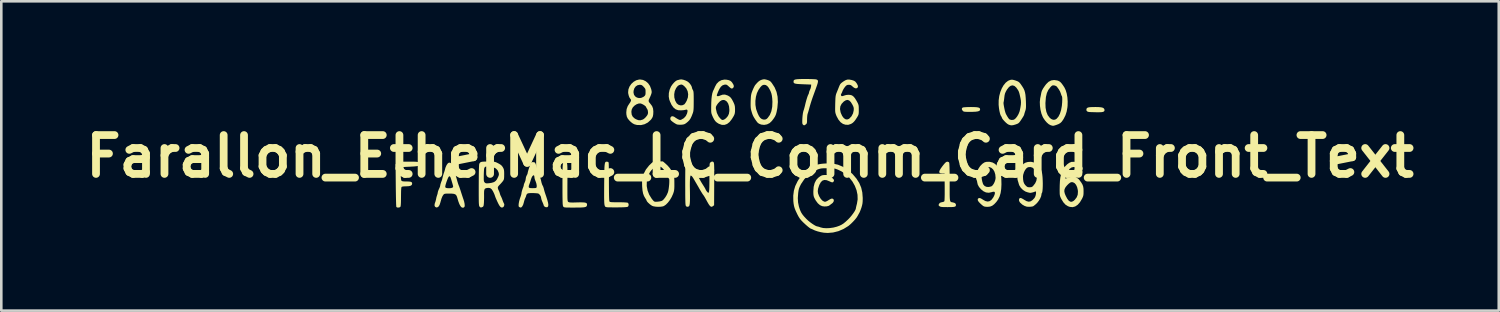
<source format=kicad_pcb>
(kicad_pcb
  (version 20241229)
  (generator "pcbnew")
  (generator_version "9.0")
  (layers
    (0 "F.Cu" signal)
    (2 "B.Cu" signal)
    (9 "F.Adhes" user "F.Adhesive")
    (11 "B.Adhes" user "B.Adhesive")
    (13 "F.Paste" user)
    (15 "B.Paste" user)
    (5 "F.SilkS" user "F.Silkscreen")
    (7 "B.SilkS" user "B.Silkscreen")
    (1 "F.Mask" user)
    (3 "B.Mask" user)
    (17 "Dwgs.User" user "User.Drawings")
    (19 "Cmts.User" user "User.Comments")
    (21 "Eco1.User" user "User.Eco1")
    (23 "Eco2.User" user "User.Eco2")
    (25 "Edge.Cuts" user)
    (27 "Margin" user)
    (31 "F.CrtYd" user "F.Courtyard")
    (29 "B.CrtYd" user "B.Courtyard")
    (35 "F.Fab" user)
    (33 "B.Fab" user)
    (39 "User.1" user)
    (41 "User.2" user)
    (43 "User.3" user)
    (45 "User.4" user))
  (footprint "Farallon_EtherMac_LC_Comm_Card_Front_Text"
    (layer "F.Cu")
    (at 25.907 2.986)
    (property "Reference" "Farallon_EtherMac_LC_Comm_Card_Front_Text" (at 0 0 0) (layer "F.SilkS") (effects (font (size 1.5 1.5) (thickness 0.3))))
    (attr board_only exclude_from_pos_files exclude_from_bom)
    (fp_poly (pts (xy 13.469 -1.901) (xy 13.559 -1.892) (xy 13.621 -1.876) (xy 13.66 -1.851) (xy 13.681 -1.816) (xy 13.684 -1.802) (xy 13.685 -1.763) (xy 13.667 -1.735) (xy 13.627 -1.716) (xy 13.56 -1.705) (xy 13.463 -1.702) (xy 13.377 -1.702) (xy 13.281 -1.705) (xy 13.193 -1.707) (xy 13.122 -1.71) (xy 13.08 -1.713) (xy 13.021 -1.731) (xy 12.988 -1.77) (xy 12.988 -1.823) (xy 12.994 -1.841) (xy 13.01 -1.864) (xy 13.038 -1.881) (xy 13.082 -1.893) (xy 13.148 -1.9) (xy 13.242 -1.903) (xy 13.347 -1.904)) (stroke (width 0) (type solid)) (fill yes) (layer "F.SilkS"))
    (fp_poly (pts (xy 8.651 -1.902) (xy 8.746 -1.897) (xy 8.812 -1.886) (xy 8.854 -1.87) (xy 8.876 -1.846) (xy 8.883 -1.813) (xy 8.883 -1.81) (xy 8.874 -1.776) (xy 8.844 -1.751) (xy 8.79 -1.734) (xy 8.707 -1.723) (xy 8.594 -1.718) (xy 8.512 -1.717) (xy 8.408 -1.717) (xy 8.334 -1.719) (xy 8.284 -1.723) (xy 8.252 -1.73) (xy 8.23 -1.741) (xy 8.213 -1.757) (xy 8.212 -1.758) (xy 8.18 -1.809) (xy 8.18 -1.853) (xy 8.21 -1.884) (xy 8.242 -1.891) (xy 8.303 -1.897) (xy 8.387 -1.901) (xy 8.487 -1.903) (xy 8.523 -1.904)) (stroke (width 0) (type solid)) (fill yes) (layer "F.SilkS"))
    (fp_poly (pts (xy 3.157 0.816) (xy 3.207 0.867) (xy 3.234 0.901) (xy 3.242 0.926) (xy 3.236 0.951) (xy 3.233 0.96) (xy 3.211 0.993) (xy 3.181 1.005) (xy 3.135 0.995) (xy 3.066 0.964) (xy 3.064 0.963) (xy 2.96 0.921) (xy 2.873 0.912) (xy 2.799 0.935) (xy 2.737 0.993) (xy 2.683 1.086) (xy 2.662 1.139) (xy 2.627 1.25) (xy 2.615 1.342) (xy 2.626 1.429) (xy 2.661 1.522) (xy 2.674 1.549) (xy 2.731 1.642) (xy 2.795 1.71) (xy 2.861 1.748) (xy 2.9 1.754) (xy 2.936 1.744) (xy 2.989 1.718) (xy 3.039 1.687) (xy 3.109 1.646) (xy 3.159 1.63) (xy 3.181 1.631) (xy 3.222 1.656) (xy 3.236 1.698) (xy 3.226 1.748) (xy 3.192 1.797) (xy 3.16 1.823) (xy 3.118 1.853) (xy 3.089 1.877) (xy 3.089 1.878) (xy 3.037 1.912) (xy 2.96 1.931) (xy 2.87 1.935) (xy 2.785 1.923) (xy 2.7 1.884) (xy 2.617 1.812) (xy 2.539 1.707) (xy 2.5 1.638) (xy 2.474 1.584) (xy 2.458 1.537) (xy 2.449 1.486) (xy 2.445 1.418) (xy 2.445 1.349) (xy 2.457 1.176) (xy 2.495 1.03) (xy 2.556 0.912) (xy 2.63 0.831) (xy 2.698 0.778) (xy 2.752 0.745) (xy 2.807 0.727) (xy 2.875 0.721) (xy 2.925 0.72) (xy 3.06 0.719)) (stroke (width 0) (type solid)) (fill yes) (layer "F.SilkS"))
    (fp_poly (pts (xy 7.668 0.219) (xy 7.688 0.241) (xy 7.694 0.271) (xy 7.698 0.336) (xy 7.702 0.436) (xy 7.705 0.569) (xy 7.707 0.733) (xy 7.708 0.928) (xy 7.708 1.006) (xy 7.708 1.193) (xy 7.708 1.346) (xy 7.708 1.469) (xy 7.71 1.565) (xy 7.714 1.638) (xy 7.72 1.69) (xy 7.73 1.726) (xy 7.743 1.749) (xy 7.76 1.763) (xy 7.782 1.77) (xy 7.809 1.775) (xy 7.837 1.78) (xy 7.905 1.801) (xy 7.942 1.836) (xy 7.95 1.874) (xy 7.947 1.905) (xy 7.935 1.928) (xy 7.908 1.943) (xy 7.861 1.953) (xy 7.789 1.958) (xy 7.688 1.959) (xy 7.631 1.96) (xy 7.523 1.959) (xy 7.445 1.957) (xy 7.391 1.953) (xy 7.355 1.946) (xy 7.33 1.935) (xy 7.313 1.923) (xy 7.284 1.896) (xy 7.281 1.871) (xy 7.298 1.835) (xy 7.327 1.797) (xy 7.372 1.778) (xy 7.407 1.771) (xy 7.46 1.759) (xy 7.497 1.741) (xy 7.503 1.734) (xy 7.508 1.709) (xy 7.511 1.652) (xy 7.514 1.567) (xy 7.516 1.461) (xy 7.516 1.337) (xy 7.516 1.201) (xy 7.516 1.185) (xy 7.512 0.663) (xy 7.421 0.663) (xy 7.356 0.656) (xy 7.317 0.636) (xy 7.304 0.601) (xy 7.319 0.547) (xy 7.36 0.474) (xy 7.429 0.379) (xy 7.474 0.322) (xy 7.527 0.26) (xy 7.568 0.223) (xy 7.602 0.208) (xy 7.618 0.206)) (stroke (width 0) (type solid)) (fill yes) (layer "F.SilkS"))
    (fp_poly (pts (xy -5.477 0.217) (xy -5.46 0.238) (xy -5.457 0.263) (xy -5.454 0.321) (xy -5.452 0.409) (xy -5.45 0.52) (xy -5.449 0.652) (xy -5.448 0.8) (xy -5.448 0.96) (xy -5.448 0.987) (xy -5.447 1.176) (xy -5.446 1.343) (xy -5.444 1.483) (xy -5.441 1.596) (xy -5.437 1.678) (xy -5.432 1.726) (xy -5.429 1.738) (xy -5.42 1.751) (xy -5.403 1.76) (xy -5.374 1.766) (xy -5.327 1.77) (xy -5.257 1.772) (xy -5.158 1.773) (xy -5.084 1.773) (xy -4.966 1.774) (xy -4.865 1.777) (xy -4.786 1.782) (xy -4.735 1.788) (xy -4.72 1.792) (xy -4.693 1.826) (xy -4.685 1.874) (xy -4.698 1.922) (xy -4.714 1.942) (xy -4.736 1.952) (xy -4.781 1.959) (xy -4.852 1.964) (xy -4.952 1.968) (xy -5.085 1.97) (xy -5.101 1.97) (xy -5.217 1.971) (xy -5.324 1.97) (xy -5.415 1.969) (xy -5.483 1.968) (xy -5.52 1.965) (xy -5.547 1.961) (xy -5.57 1.955) (xy -5.588 1.944) (xy -5.603 1.923) (xy -5.614 1.892) (xy -5.623 1.845) (xy -5.628 1.779) (xy -5.631 1.693) (xy -5.633 1.581) (xy -5.633 1.442) (xy -5.632 1.272) (xy -5.631 1.081) (xy -5.629 0.877) (xy -5.627 0.708) (xy -5.625 0.57) (xy -5.622 0.46) (xy -5.617 0.375) (xy -5.61 0.311) (xy -5.602 0.265) (xy -5.591 0.235) (xy -5.577 0.217) (xy -5.559 0.209) (xy -5.538 0.206) (xy -5.522 0.205)) (stroke (width 0) (type solid)) (fill yes) (layer "F.SilkS"))
    (fp_poly (pts (xy -13.072 0.206) (xy -12.975 0.206) (xy -12.905 0.209) (xy -12.857 0.213) (xy -12.824 0.219) (xy -12.803 0.227) (xy -12.788 0.239) (xy -12.784 0.243) (xy -12.756 0.279) (xy -12.747 0.308) (xy -12.754 0.334) (xy -12.777 0.355) (xy -12.821 0.371) (xy -12.89 0.383) (xy -12.988 0.392) (xy -13.118 0.399) (xy -13.137 0.4) (xy -13.254 0.405) (xy -13.34 0.41) (xy -13.398 0.417) (xy -13.436 0.425) (xy -13.458 0.435) (xy -13.466 0.443) (xy -13.477 0.477) (xy -13.484 0.538) (xy -13.487 0.618) (xy -13.487 0.705) (xy -13.483 0.79) (xy -13.476 0.865) (xy -13.467 0.919) (xy -13.458 0.94) (xy -13.437 0.955) (xy -13.401 0.965) (xy -13.341 0.969) (xy -13.261 0.97) (xy -13.167 0.973) (xy -13.104 0.981) (xy -13.067 0.997) (xy -13.049 1.023) (xy -13.045 1.057) (xy -13.058 1.102) (xy -13.097 1.133) (xy -13.166 1.151) (xy -13.267 1.157) (xy -13.279 1.157) (xy -13.363 1.16) (xy -13.424 1.168) (xy -13.452 1.179) (xy -13.461 1.203) (xy -13.467 1.253) (xy -13.472 1.334) (xy -13.474 1.448) (xy -13.475 1.554) (xy -13.476 1.678) (xy -13.478 1.785) (xy -13.483 1.868) (xy -13.489 1.923) (xy -13.494 1.942) (xy -13.524 1.967) (xy -13.572 1.978) (xy -13.621 1.975) (xy -13.654 1.956) (xy -13.655 1.955) (xy -13.658 1.932) (xy -13.662 1.875) (xy -13.665 1.79) (xy -13.668 1.678) (xy -13.671 1.545) (xy -13.673 1.394) (xy -13.676 1.23) (xy -13.677 1.12) (xy -13.684 0.308) (xy -13.633 0.256) (xy -13.581 0.205) (xy -13.201 0.205)) (stroke (width 0) (type solid)) (fill yes) (layer "F.SilkS"))
    (fp_poly (pts (xy -7.117 0.206) (xy -7.098 0.21) (xy -7.083 0.222) (xy -7.071 0.243) (xy -7.063 0.278) (xy -7.056 0.33) (xy -7.052 0.402) (xy -7.05 0.498) (xy -7.049 0.62) (xy -7.049 0.772) (xy -7.05 0.958) (xy -7.05 1) (xy -7.051 1.185) (xy -7.051 1.336) (xy -7.051 1.457) (xy -7.05 1.551) (xy -7.049 1.622) (xy -7.046 1.674) (xy -7.042 1.709) (xy -7.037 1.733) (xy -7.03 1.747) (xy -7.022 1.756) (xy -7.015 1.761) (xy -6.992 1.772) (xy -6.957 1.779) (xy -6.903 1.782) (xy -6.825 1.783) (xy -6.717 1.78) (xy -6.687 1.779) (xy -6.552 1.776) (xy -6.451 1.778) (xy -6.379 1.784) (xy -6.331 1.797) (xy -6.304 1.817) (xy -6.293 1.845) (xy -6.293 1.873) (xy -6.299 1.905) (xy -6.312 1.93) (xy -6.337 1.948) (xy -6.377 1.961) (xy -6.438 1.97) (xy -6.523 1.975) (xy -6.637 1.977) (xy -6.783 1.978) (xy -6.788 1.978) (xy -6.919 1.978) (xy -7.017 1.977) (xy -7.089 1.976) (xy -7.138 1.972) (xy -7.171 1.967) (xy -7.191 1.959) (xy -7.203 1.948) (xy -7.212 1.937) (xy -7.219 1.923) (xy -7.225 1.9) (xy -7.23 1.866) (xy -7.234 1.818) (xy -7.236 1.751) (xy -7.238 1.662) (xy -7.24 1.549) (xy -7.241 1.407) (xy -7.241 1.233) (xy -7.241 1.092) (xy -7.241 0.887) (xy -7.241 0.717) (xy -7.239 0.577) (xy -7.237 0.466) (xy -7.233 0.379) (xy -7.227 0.314) (xy -7.219 0.268) (xy -7.208 0.237) (xy -7.195 0.218) (xy -7.178 0.209) (xy -7.157 0.206) (xy -7.14 0.205)) (stroke (width 0) (type solid)) (fill yes) (layer "F.SilkS"))
    (fp_poly (pts (xy 2.258 -2.985) (xy 2.365 -2.983) (xy 2.456 -2.979) (xy 2.523 -2.975) (xy 2.561 -2.969) (xy 2.563 -2.968) (xy 2.594 -2.954) (xy 2.614 -2.936) (xy 2.623 -2.909) (xy 2.621 -2.868) (xy 2.607 -2.808) (xy 2.58 -2.725) (xy 2.541 -2.615) (xy 2.52 -2.557) (xy 2.473 -2.427) (xy 2.436 -2.326) (xy 2.408 -2.248) (xy 2.387 -2.185) (xy 2.369 -2.131) (xy 2.353 -2.081) (xy 2.35 -2.072) (xy 2.324 -1.986) (xy 2.296 -1.888) (xy 2.278 -1.82) (xy 2.257 -1.746) (xy 2.237 -1.68) (xy 2.222 -1.636) (xy 2.213 -1.593) (xy 2.206 -1.525) (xy 2.202 -1.446) (xy 2.202 -1.428) (xy 2.201 -1.35) (xy 2.197 -1.301) (xy 2.188 -1.27) (xy 2.17 -1.247) (xy 2.153 -1.233) (xy 2.11 -1.203) (xy 2.081 -1.198) (xy 2.053 -1.216) (xy 2.042 -1.226) (xy 2.028 -1.245) (xy 2.02 -1.272) (xy 2.017 -1.314) (xy 2.017 -1.38) (xy 2.021 -1.466) (xy 2.029 -1.568) (xy 2.041 -1.66) (xy 2.056 -1.731) (xy 2.063 -1.756) (xy 2.085 -1.822) (xy 2.107 -1.903) (xy 2.119 -1.95) (xy 2.146 -2.065) (xy 2.175 -2.172) (xy 2.204 -2.266) (xy 2.229 -2.339) (xy 2.249 -2.383) (xy 2.25 -2.384) (xy 2.271 -2.43) (xy 2.277 -2.462) (xy 2.286 -2.502) (xy 2.308 -2.554) (xy 2.315 -2.568) (xy 2.341 -2.63) (xy 2.356 -2.695) (xy 2.357 -2.703) (xy 2.361 -2.771) (xy 2.048 -2.783) (xy 1.921 -2.789) (xy 1.827 -2.795) (xy 1.761 -2.804) (xy 1.718 -2.817) (xy 1.693 -2.834) (xy 1.682 -2.858) (xy 1.68 -2.885) (xy 1.683 -2.916) (xy 1.696 -2.941) (xy 1.723 -2.959) (xy 1.767 -2.971) (xy 1.834 -2.979) (xy 1.927 -2.984) (xy 2.051 -2.986) (xy 2.14 -2.986)) (stroke (width 0) (type solid)) (fill yes) (layer "F.SilkS"))
    (fp_poly (pts (xy 11.863 -2.929) (xy 11.891 -2.92) (xy 11.94 -2.898) (xy 11.986 -2.863) (xy 12.035 -2.809) (xy 12.09 -2.732) (xy 12.137 -2.661) (xy 12.187 -2.556) (xy 12.227 -2.424) (xy 12.253 -2.274) (xy 12.264 -2.115) (xy 12.26 -1.956) (xy 12.253 -1.885) (xy 12.224 -1.725) (xy 12.179 -1.587) (xy 12.114 -1.457) (xy 12.085 -1.409) (xy 12.032 -1.335) (xy 11.978 -1.284) (xy 11.91 -1.245) (xy 11.819 -1.21) (xy 11.754 -1.19) (xy 11.71 -1.18) (xy 11.673 -1.182) (xy 11.628 -1.195) (xy 11.596 -1.206) (xy 11.53 -1.243) (xy 11.458 -1.306) (xy 11.387 -1.388) (xy 11.325 -1.479) (xy 11.299 -1.527) (xy 11.25 -1.65) (xy 11.215 -1.795) (xy 11.194 -1.948) (xy 11.19 -2.059) (xy 11.405 -2.059) (xy 11.411 -1.874) (xy 11.441 -1.718) (xy 11.493 -1.59) (xy 11.57 -1.489) (xy 11.628 -1.441) (xy 11.702 -1.411) (xy 11.776 -1.416) (xy 11.839 -1.453) (xy 11.908 -1.534) (xy 11.965 -1.647) (xy 12.009 -1.786) (xy 12.039 -1.946) (xy 12.051 -2.082) (xy 12.055 -2.189) (xy 12.053 -2.267) (xy 12.046 -2.311) (xy 12.042 -2.318) (xy 12.025 -2.35) (xy 12.007 -2.402) (xy 12 -2.425) (xy 11.97 -2.504) (xy 11.917 -2.594) (xy 11.843 -2.694) (xy 11.808 -2.718) (xy 11.755 -2.736) (xy 11.743 -2.738) (xy 11.696 -2.741) (xy 11.662 -2.731) (xy 11.626 -2.701) (xy 11.602 -2.676) (xy 11.517 -2.565) (xy 11.46 -2.443) (xy 11.426 -2.3) (xy 11.422 -2.273) (xy 11.405 -2.059) (xy 11.19 -2.059) (xy 11.188 -2.097) (xy 11.201 -2.228) (xy 11.203 -2.243) (xy 11.22 -2.322) (xy 11.235 -2.399) (xy 11.245 -2.454) (xy 11.267 -2.53) (xy 11.313 -2.618) (xy 11.385 -2.724) (xy 11.435 -2.789) (xy 11.525 -2.877) (xy 11.627 -2.93) (xy 11.74 -2.947)) (stroke (width 0) (type solid)) (fill yes) (layer "F.SilkS"))
    (fp_poly (pts (xy 0.611 -2.966) (xy 0.663 -2.952) (xy 0.732 -2.927) (xy 0.782 -2.897) (xy 0.826 -2.849) (xy 0.844 -2.826) (xy 0.95 -2.662) (xy 1.023 -2.488) (xy 1.064 -2.301) (xy 1.075 -2.098) (xy 1.056 -1.876) (xy 1.048 -1.826) (xy 1.026 -1.713) (xy 1.003 -1.626) (xy 0.971 -1.551) (xy 0.927 -1.478) (xy 0.864 -1.393) (xy 0.842 -1.365) (xy 0.758 -1.285) (xy 0.656 -1.234) (xy 0.546 -1.214) (xy 0.435 -1.226) (xy 0.401 -1.238) (xy 0.351 -1.259) (xy 0.312 -1.284) (xy 0.277 -1.318) (xy 0.238 -1.371) (xy 0.193 -1.437) (xy 0.151 -1.504) (xy 0.119 -1.562) (xy 0.093 -1.623) (xy 0.069 -1.696) (xy 0.041 -1.794) (xy 0.035 -1.82) (xy 0.027 -1.874) (xy 0.023 -1.958) (xy 0.023 -2.066) (xy 0.025 -2.141) (xy 0.207 -2.141) (xy 0.209 -1.983) (xy 0.234 -1.833) (xy 0.245 -1.796) (xy 0.295 -1.658) (xy 0.345 -1.554) (xy 0.398 -1.482) (xy 0.457 -1.438) (xy 0.524 -1.419) (xy 0.546 -1.418) (xy 0.601 -1.424) (xy 0.644 -1.447) (xy 0.682 -1.483) (xy 0.766 -1.599) (xy 0.824 -1.742) (xy 0.857 -1.911) (xy 0.865 -2.106) (xy 0.857 -2.239) (xy 0.844 -2.341) (xy 0.826 -2.423) (xy 0.798 -2.501) (xy 0.776 -2.549) (xy 0.72 -2.649) (xy 0.666 -2.715) (xy 0.608 -2.752) (xy 0.547 -2.762) (xy 0.499 -2.754) (xy 0.452 -2.726) (xy 0.402 -2.673) (xy 0.344 -2.592) (xy 0.327 -2.566) (xy 0.267 -2.443) (xy 0.227 -2.298) (xy 0.207 -2.141) (xy 0.025 -2.141) (xy 0.025 -2.146) (xy 0.03 -2.252) (xy 0.036 -2.33) (xy 0.046 -2.391) (xy 0.06 -2.446) (xy 0.081 -2.504) (xy 0.101 -2.555) (xy 0.134 -2.63) (xy 0.166 -2.695) (xy 0.192 -2.741) (xy 0.199 -2.751) (xy 0.272 -2.835) (xy 0.333 -2.893) (xy 0.389 -2.931) (xy 0.447 -2.955) (xy 0.457 -2.959) (xy 0.514 -2.973) (xy 0.56 -2.975)) (stroke (width 0) (type solid)) (fill yes) (layer "F.SilkS"))
    (fp_poly (pts (xy 9.369 0.24) (xy 9.446 0.284) (xy 9.534 0.359) (xy 9.601 0.442) (xy 9.648 0.54) (xy 9.68 0.66) (xy 9.698 0.807) (xy 9.702 0.868) (xy 9.707 1.081) (xy 9.698 1.264) (xy 9.674 1.42) (xy 9.634 1.553) (xy 9.576 1.669) (xy 9.509 1.762) (xy 9.426 1.85) (xy 9.349 1.908) (xy 9.268 1.94) (xy 9.174 1.95) (xy 9.094 1.946) (xy 9.048 1.938) (xy 9.006 1.919) (xy 8.959 1.883) (xy 8.902 1.832) (xy 8.84 1.769) (xy 8.805 1.722) (xy 8.791 1.684) (xy 8.79 1.675) (xy 8.8 1.633) (xy 8.835 1.613) (xy 8.838 1.612) (xy 8.874 1.611) (xy 8.918 1.627) (xy 8.979 1.664) (xy 8.991 1.673) (xy 9.089 1.727) (xy 9.176 1.746) (xy 9.253 1.73) (xy 9.324 1.677) (xy 9.39 1.588) (xy 9.397 1.577) (xy 9.427 1.516) (xy 9.449 1.456) (xy 9.452 1.442) (xy 9.453 1.391) (xy 9.428 1.367) (xy 9.377 1.368) (xy 9.334 1.381) (xy 9.219 1.406) (xy 9.11 1.394) (xy 9.01 1.347) (xy 9.009 1.346) (xy 8.915 1.269) (xy 8.841 1.182) (xy 8.792 1.092) (xy 8.772 1.007) (xy 8.771 0.999) (xy 8.763 0.953) (xy 8.743 0.901) (xy 8.743 0.9) (xy 8.728 0.862) (xy 8.723 0.818) (xy 8.726 0.791) (xy 8.94 0.791) (xy 8.947 0.874) (xy 8.965 0.966) (xy 8.99 1.05) (xy 9.01 1.093) (xy 9.061 1.148) (xy 9.134 1.179) (xy 9.222 1.183) (xy 9.317 1.16) (xy 9.36 1.127) (xy 9.404 1.067) (xy 9.442 0.992) (xy 9.469 0.911) (xy 9.481 0.836) (xy 9.481 0.83) (xy 9.469 0.701) (xy 9.436 0.591) (xy 9.384 0.504) (xy 9.316 0.443) (xy 9.234 0.413) (xy 9.2 0.411) (xy 9.131 0.428) (xy 9.066 0.476) (xy 9.01 0.547) (xy 8.968 0.635) (xy 8.944 0.733) (xy 8.94 0.791) (xy 8.726 0.791) (xy 8.728 0.758) (xy 8.735 0.716) (xy 8.766 0.594) (xy 8.817 0.48) (xy 8.884 0.378) (xy 8.962 0.295) (xy 9.046 0.237) (xy 9.119 0.213) (xy 9.25 0.21)) (stroke (width 0) (type solid)) (fill yes) (layer "F.SilkS"))
    (fp_poly (pts (xy 12.627 0.236) (xy 12.719 0.284) (xy 12.752 0.313) (xy 12.814 0.387) (xy 12.842 0.449) (xy 12.839 0.501) (xy 12.828 0.52) (xy 12.791 0.553) (xy 12.745 0.553) (xy 12.688 0.52) (xy 12.649 0.485) (xy 12.598 0.44) (xy 12.556 0.418) (xy 12.508 0.411) (xy 12.496 0.411) (xy 12.414 0.429) (xy 12.342 0.482) (xy 12.281 0.571) (xy 12.268 0.597) (xy 12.221 0.699) (xy 12.19 0.771) (xy 12.173 0.818) (xy 12.169 0.845) (xy 12.176 0.855) (xy 12.195 0.854) (xy 12.21 0.849) (xy 12.31 0.818) (xy 12.382 0.799) (xy 12.436 0.789) (xy 12.48 0.789) (xy 12.523 0.797) (xy 12.563 0.809) (xy 12.633 0.838) (xy 12.686 0.878) (xy 12.731 0.932) (xy 12.795 1.021) (xy 12.838 1.097) (xy 12.863 1.17) (xy 12.875 1.252) (xy 12.877 1.347) (xy 12.876 1.433) (xy 12.871 1.495) (xy 12.858 1.546) (xy 12.836 1.6) (xy 12.818 1.637) (xy 12.737 1.773) (xy 12.649 1.872) (xy 12.554 1.935) (xy 12.453 1.962) (xy 12.346 1.951) (xy 12.271 1.924) (xy 12.18 1.866) (xy 12.099 1.777) (xy 12.023 1.655) (xy 12.017 1.643) (xy 11.99 1.588) (xy 11.972 1.542) (xy 11.961 1.495) (xy 11.956 1.437) (xy 11.955 1.363) (xy 12.135 1.363) (xy 12.155 1.445) (xy 12.189 1.526) (xy 12.248 1.637) (xy 12.305 1.712) (xy 12.364 1.75) (xy 12.424 1.754) (xy 12.488 1.723) (xy 12.54 1.676) (xy 12.611 1.584) (xy 12.651 1.483) (xy 12.66 1.368) (xy 12.655 1.302) (xy 12.629 1.19) (xy 12.587 1.1) (xy 12.532 1.035) (xy 12.466 1) (xy 12.399 0.997) (xy 12.355 1.018) (xy 12.3 1.061) (xy 12.243 1.117) (xy 12.192 1.178) (xy 12.162 1.226) (xy 12.137 1.293) (xy 12.135 1.363) (xy 11.955 1.363) (xy 11.955 1.355) (xy 11.954 1.317) (xy 11.957 1.116) (xy 11.965 0.951) (xy 11.98 0.821) (xy 12.001 0.725) (xy 12.014 0.69) (xy 12.04 0.63) (xy 12.06 0.577) (xy 12.065 0.562) (xy 12.105 0.473) (xy 12.167 0.386) (xy 12.243 0.309) (xy 12.324 0.25) (xy 12.402 0.217) (xy 12.413 0.214) (xy 12.522 0.211)) (stroke (width 0) (type solid)) (fill yes) (layer "F.SilkS"))
    (fp_poly (pts (xy -0.914 -2.96) (xy -0.824 -2.943) (xy -0.76 -2.916) (xy -0.711 -2.875) (xy -0.684 -2.839) (xy -0.641 -2.768) (xy -0.625 -2.715) (xy -0.632 -2.673) (xy -0.647 -2.651) (xy -0.678 -2.623) (xy -0.708 -2.617) (xy -0.746 -2.634) (xy -0.798 -2.677) (xy -0.818 -2.696) (xy -0.868 -2.74) (xy -0.904 -2.764) (xy -0.939 -2.771) (xy -0.983 -2.768) (xy -0.984 -2.768) (xy -1.059 -2.743) (xy -1.125 -2.688) (xy -1.184 -2.6) (xy -1.222 -2.519) (xy -1.249 -2.454) (xy -1.27 -2.398) (xy -1.282 -2.366) (xy -1.28 -2.334) (xy -1.25 -2.321) (xy -1.201 -2.328) (xy -1.149 -2.349) (xy -1.055 -2.382) (xy -0.964 -2.383) (xy -0.867 -2.351) (xy -0.848 -2.342) (xy -0.792 -2.308) (xy -0.746 -2.266) (xy -0.703 -2.207) (xy -0.658 -2.125) (xy -0.625 -2.056) (xy -0.598 -1.988) (xy -0.584 -1.921) (xy -0.579 -1.837) (xy -0.579 -1.809) (xy -0.58 -1.728) (xy -0.588 -1.663) (xy -0.606 -1.605) (xy -0.638 -1.542) (xy -0.686 -1.463) (xy -0.707 -1.431) (xy -0.793 -1.322) (xy -0.886 -1.25) (xy -0.985 -1.214) (xy -1.089 -1.216) (xy -1.198 -1.254) (xy -1.222 -1.267) (xy -1.288 -1.31) (xy -1.34 -1.359) (xy -1.385 -1.423) (xy -1.431 -1.511) (xy -1.448 -1.549) (xy -1.471 -1.604) (xy -1.487 -1.65) (xy -1.496 -1.698) (xy -1.5 -1.759) (xy -1.5 -1.841) (xy -1.5 -1.865) (xy -1.32 -1.865) (xy -1.316 -1.829) (xy -1.28 -1.676) (xy -1.219 -1.55) (xy -1.163 -1.478) (xy -1.116 -1.431) (xy -1.083 -1.409) (xy -1.052 -1.404) (xy -1.032 -1.408) (xy -0.985 -1.429) (xy -0.934 -1.466) (xy -0.92 -1.479) (xy -0.855 -1.556) (xy -0.816 -1.641) (xy -0.799 -1.744) (xy -0.798 -1.801) (xy -0.81 -1.93) (xy -0.843 -2.035) (xy -0.894 -2.114) (xy -0.963 -2.163) (xy -1.01 -2.177) (xy -1.084 -2.17) (xy -1.159 -2.126) (xy -1.236 -2.046) (xy -1.264 -2.007) (xy -1.3 -1.95) (xy -1.317 -1.908) (xy -1.32 -1.865) (xy -1.5 -1.865) (xy -1.5 -1.894) (xy -1.496 -2.074) (xy -1.488 -2.221) (xy -1.474 -2.34) (xy -1.456 -2.435) (xy -1.432 -2.511) (xy -1.414 -2.55) (xy -1.389 -2.601) (xy -1.361 -2.665) (xy -1.352 -2.687) (xy -1.29 -2.8) (xy -1.206 -2.885) (xy -1.104 -2.941) (xy -0.99 -2.963)) (stroke (width 0) (type solid)) (fill yes) (layer "F.SilkS"))
    (fp_poly (pts (xy -2.568 -2.955) (xy -2.485 -2.926) (xy -2.41 -2.887) (xy -2.384 -2.868) (xy -2.328 -2.813) (xy -2.28 -2.747) (xy -2.249 -2.683) (xy -2.24 -2.641) (xy -2.23 -2.605) (xy -2.207 -2.562) (xy -2.196 -2.54) (xy -2.187 -2.511) (xy -2.181 -2.47) (xy -2.177 -2.411) (xy -2.175 -2.329) (xy -2.174 -2.217) (xy -2.174 -2.138) (xy -2.175 -2.008) (xy -2.176 -1.909) (xy -2.179 -1.835) (xy -2.184 -1.778) (xy -2.191 -1.731) (xy -2.202 -1.69) (xy -2.217 -1.646) (xy -2.219 -1.642) (xy -2.261 -1.536) (xy -2.301 -1.455) (xy -2.346 -1.391) (xy -2.404 -1.333) (xy -2.472 -1.278) (xy -2.524 -1.246) (xy -2.583 -1.228) (xy -2.655 -1.221) (xy -2.727 -1.22) (xy -2.793 -1.226) (xy -2.827 -1.234) (xy -2.872 -1.257) (xy -2.932 -1.294) (xy -2.981 -1.328) (xy -3.038 -1.374) (xy -3.069 -1.41) (xy -3.079 -1.445) (xy -3.079 -1.453) (xy -3.066 -1.51) (xy -3.03 -1.543) (xy -2.978 -1.548) (xy -2.919 -1.522) (xy -2.909 -1.515) (xy -2.865 -1.484) (xy -2.807 -1.449) (xy -2.787 -1.437) (xy -2.735 -1.412) (xy -2.699 -1.404) (xy -2.661 -1.413) (xy -2.647 -1.419) (xy -2.553 -1.475) (xy -2.478 -1.558) (xy -2.432 -1.654) (xy -2.413 -1.734) (xy -2.416 -1.784) (xy -2.44 -1.805) (xy -2.468 -1.802) (xy -2.557 -1.784) (xy -2.661 -1.776) (xy -2.758 -1.78) (xy -2.772 -1.781) (xy -2.868 -1.814) (xy -2.954 -1.883) (xy -3.029 -1.986) (xy -3.093 -2.124) (xy -3.118 -2.193) (xy -3.138 -2.31) (xy -3.135 -2.399) (xy -2.927 -2.399) (xy -2.923 -2.274) (xy -2.891 -2.154) (xy -2.835 -2.051) (xy -2.833 -2.049) (xy -2.771 -1.996) (xy -2.695 -1.969) (xy -2.615 -1.971) (xy -2.544 -2.003) (xy -2.531 -2.013) (xy -2.505 -2.046) (xy -2.471 -2.099) (xy -2.443 -2.15) (xy -2.399 -2.274) (xy -2.388 -2.398) (xy -2.409 -2.517) (xy -2.462 -2.625) (xy -2.535 -2.706) (xy -2.588 -2.749) (xy -2.627 -2.769) (xy -2.661 -2.772) (xy -2.677 -2.769) (xy -2.74 -2.75) (xy -2.789 -2.717) (xy -2.835 -2.661) (xy -2.857 -2.629) (xy -2.906 -2.521) (xy -2.927 -2.399) (xy -3.135 -2.399) (xy -3.134 -2.441) (xy -3.105 -2.571) (xy -3.054 -2.689) (xy -3.05 -2.697) (xy -2.996 -2.776) (xy -2.935 -2.847) (xy -2.874 -2.903) (xy -2.82 -2.936) (xy -2.807 -2.94) (xy -2.749 -2.954) (xy -2.706 -2.966) (xy -2.646 -2.97)) (stroke (width 0) (type solid)) (fill yes) (layer "F.SilkS"))
    (fp_poly (pts (xy 10.134 -2.958) (xy 10.19 -2.946) (xy 10.249 -2.928) (xy 10.324 -2.9) (xy 10.376 -2.871) (xy 10.415 -2.833) (xy 10.434 -2.81) (xy 10.502 -2.713) (xy 10.554 -2.63) (xy 10.592 -2.551) (xy 10.617 -2.467) (xy 10.634 -2.372) (xy 10.644 -2.255) (xy 10.651 -2.125) (xy 10.654 -2.015) (xy 10.655 -1.933) (xy 10.652 -1.872) (xy 10.646 -1.823) (xy 10.634 -1.777) (xy 10.621 -1.738) (xy 10.601 -1.675) (xy 10.587 -1.626) (xy 10.582 -1.602) (xy 10.572 -1.579) (xy 10.546 -1.532) (xy 10.507 -1.47) (xy 10.479 -1.427) (xy 10.431 -1.356) (xy 10.394 -1.308) (xy 10.361 -1.278) (xy 10.324 -1.257) (xy 10.273 -1.238) (xy 10.261 -1.233) (xy 10.172 -1.207) (xy 10.104 -1.197) (xy 10.044 -1.204) (xy 9.981 -1.227) (xy 9.975 -1.229) (xy 9.931 -1.257) (xy 9.878 -1.302) (xy 9.823 -1.357) (xy 9.773 -1.412) (xy 9.738 -1.46) (xy 9.723 -1.493) (xy 9.723 -1.495) (xy 9.712 -1.526) (xy 9.695 -1.549) (xy 9.672 -1.592) (xy 9.649 -1.664) (xy 9.628 -1.756) (xy 9.611 -1.862) (xy 9.6 -1.971) (xy 9.598 -1.999) (xy 9.599 -2.062) (xy 9.786 -2.062) (xy 9.791 -2.006) (xy 9.803 -1.932) (xy 9.819 -1.85) (xy 9.837 -1.768) (xy 9.857 -1.697) (xy 9.876 -1.644) (xy 9.881 -1.633) (xy 9.93 -1.545) (xy 9.968 -1.485) (xy 9.997 -1.447) (xy 10.022 -1.425) (xy 10.031 -1.42) (xy 10.104 -1.403) (xy 10.179 -1.413) (xy 10.202 -1.424) (xy 10.259 -1.471) (xy 10.316 -1.545) (xy 10.367 -1.634) (xy 10.405 -1.729) (xy 10.416 -1.771) (xy 10.441 -1.896) (xy 10.456 -1.995) (xy 10.461 -2.078) (xy 10.457 -2.155) (xy 10.444 -2.234) (xy 10.443 -2.239) (xy 10.421 -2.34) (xy 10.404 -2.413) (xy 10.389 -2.465) (xy 10.374 -2.506) (xy 10.355 -2.543) (xy 10.348 -2.556) (xy 10.28 -2.654) (xy 10.211 -2.716) (xy 10.14 -2.74) (xy 10.069 -2.726) (xy 9.998 -2.676) (xy 9.928 -2.588) (xy 9.91 -2.56) (xy 9.87 -2.487) (xy 9.844 -2.425) (xy 9.828 -2.358) (xy 9.817 -2.271) (xy 9.817 -2.27) (xy 9.808 -2.195) (xy 9.799 -2.134) (xy 9.792 -2.098) (xy 9.79 -2.092) (xy 9.786 -2.062) (xy 9.599 -2.062) (xy 9.6 -2.166) (xy 9.622 -2.329) (xy 9.663 -2.483) (xy 9.72 -2.624) (xy 9.79 -2.746) (xy 9.872 -2.845) (xy 9.963 -2.916) (xy 10.042 -2.949) (xy 10.089 -2.959)) (stroke (width 0) (type solid)) (fill yes) (layer "F.SilkS"))
    (fp_poly (pts (xy -3.273 0.272) (xy -3.18 0.359) (xy -3.1 0.451) (xy -3.04 0.538) (xy -3.005 0.615) (xy -3.004 0.62) (xy -2.983 0.682) (xy -2.958 0.736) (xy -2.952 0.747) (xy -2.939 0.773) (xy -2.93 0.81) (xy -2.924 0.865) (xy -2.922 0.944) (xy -2.921 1.053) (xy -2.921 1.054) (xy -2.921 1.162) (xy -2.924 1.242) (xy -2.93 1.303) (xy -2.94 1.355) (xy -2.956 1.407) (xy -2.972 1.453) (xy -3.027 1.574) (xy -3.094 1.687) (xy -3.17 1.786) (xy -3.248 1.865) (xy -3.324 1.917) (xy -3.365 1.932) (xy -3.447 1.945) (xy -3.543 1.949) (xy -3.639 1.944) (xy -3.723 1.93) (xy -3.773 1.914) (xy -3.823 1.884) (xy -3.879 1.841) (xy -3.931 1.793) (xy -3.972 1.748) (xy -3.993 1.714) (xy -3.994 1.708) (xy -4.004 1.681) (xy -4.03 1.638) (xy -4.047 1.613) (xy -4.094 1.531) (xy -4.129 1.434) (xy -4.152 1.316) (xy -4.164 1.171) (xy -4.165 1.147) (xy -3.988 1.147) (xy -3.956 1.318) (xy -3.891 1.484) (xy -3.794 1.639) (xy -3.744 1.7) (xy -3.714 1.731) (xy -3.687 1.748) (xy -3.651 1.754) (xy -3.595 1.752) (xy -3.563 1.75) (xy -3.485 1.74) (xy -3.419 1.724) (xy -3.388 1.71) (xy -3.331 1.659) (xy -3.271 1.582) (xy -3.216 1.492) (xy -3.174 1.397) (xy -3.171 1.39) (xy -3.155 1.332) (xy -3.141 1.256) (xy -3.13 1.17) (xy -3.121 1.082) (xy -3.117 0.999) (xy -3.116 0.929) (xy -3.12 0.88) (xy -3.13 0.859) (xy -3.132 0.858) (xy -3.147 0.842) (xy -3.167 0.8) (xy -3.181 0.755) (xy -3.203 0.692) (xy -3.225 0.641) (xy -3.238 0.62) (xy -3.311 0.534) (xy -3.365 0.474) (xy -3.406 0.433) (xy -3.441 0.409) (xy -3.474 0.397) (xy -3.511 0.392) (xy -3.546 0.392) (xy -3.609 0.394) (xy -3.654 0.405) (xy -3.696 0.432) (xy -3.738 0.467) (xy -3.805 0.532) (xy -3.856 0.599) (xy -3.899 0.679) (xy -3.939 0.783) (xy -3.947 0.804) (xy -3.985 0.974) (xy -3.988 1.147) (xy -4.165 1.147) (xy -4.167 1.073) (xy -4.168 0.973) (xy -4.167 0.899) (xy -4.162 0.843) (xy -4.152 0.795) (xy -4.135 0.744) (xy -4.11 0.681) (xy -4.109 0.679) (xy -4.02 0.509) (xy -3.896 0.352) (xy -3.799 0.259) (xy -3.764 0.23) (xy -3.734 0.212) (xy -3.7 0.201) (xy -3.65 0.197) (xy -3.577 0.196) (xy -3.545 0.196) (xy -3.363 0.196)) (stroke (width 0) (type solid)) (fill yes) (layer "F.SilkS"))
    (fp_poly (pts (xy 3.916 -2.949) (xy 3.94 -2.943) (xy 4.012 -2.919) (xy 4.063 -2.887) (xy 4.106 -2.835) (xy 4.135 -2.789) (xy 4.165 -2.722) (xy 4.165 -2.673) (xy 4.134 -2.637) (xy 4.122 -2.63) (xy 4.075 -2.625) (xy 4.016 -2.649) (xy 3.953 -2.7) (xy 3.939 -2.714) (xy 3.895 -2.748) (xy 3.841 -2.761) (xy 3.815 -2.762) (xy 3.764 -2.758) (xy 3.727 -2.742) (xy 3.688 -2.706) (xy 3.669 -2.685) (xy 3.623 -2.621) (xy 3.583 -2.55) (xy 3.571 -2.521) (xy 3.55 -2.467) (xy 3.531 -2.428) (xy 3.524 -2.418) (xy 3.509 -2.38) (xy 3.518 -2.342) (xy 3.538 -2.325) (xy 3.573 -2.326) (xy 3.623 -2.341) (xy 3.636 -2.346) (xy 3.706 -2.367) (xy 3.79 -2.376) (xy 3.871 -2.371) (xy 3.935 -2.353) (xy 3.937 -2.352) (xy 3.994 -2.31) (xy 4.051 -2.242) (xy 4.112 -2.144) (xy 4.133 -2.106) (xy 4.164 -2.046) (xy 4.183 -1.998) (xy 4.194 -1.95) (xy 4.198 -1.889) (xy 4.199 -1.804) (xy 4.199 -1.798) (xy 4.199 -1.713) (xy 4.195 -1.654) (xy 4.186 -1.609) (xy 4.168 -1.567) (xy 4.139 -1.516) (xy 4.127 -1.497) (xy 4.067 -1.405) (xy 4.015 -1.34) (xy 3.964 -1.292) (xy 3.905 -1.255) (xy 3.897 -1.251) (xy 3.796 -1.218) (xy 3.689 -1.22) (xy 3.589 -1.252) (xy 3.497 -1.317) (xy 3.415 -1.415) (xy 3.346 -1.541) (xy 3.332 -1.573) (xy 3.314 -1.62) (xy 3.301 -1.661) (xy 3.292 -1.702) (xy 3.287 -1.752) (xy 3.286 -1.817) (xy 3.286 -1.826) (xy 3.474 -1.826) (xy 3.495 -1.707) (xy 3.51 -1.663) (xy 3.559 -1.557) (xy 3.617 -1.48) (xy 3.681 -1.434) (xy 3.747 -1.422) (xy 3.814 -1.444) (xy 3.833 -1.457) (xy 3.918 -1.547) (xy 3.976 -1.658) (xy 4.001 -1.764) (xy 4.006 -1.828) (xy 4.002 -1.876) (xy 3.987 -1.925) (xy 3.956 -1.99) (xy 3.952 -1.997) (xy 3.893 -2.094) (xy 3.833 -2.154) (xy 3.771 -2.178) (xy 3.703 -2.167) (xy 3.628 -2.122) (xy 3.618 -2.114) (xy 3.535 -2.026) (xy 3.487 -1.931) (xy 3.474 -1.826) (xy 3.286 -1.826) (xy 3.287 -1.904) (xy 3.289 -2.021) (xy 3.293 -2.144) (xy 3.297 -2.237) (xy 3.303 -2.307) (xy 3.312 -2.36) (xy 3.323 -2.403) (xy 3.335 -2.435) (xy 3.362 -2.501) (xy 3.395 -2.583) (xy 3.428 -2.666) (xy 3.428 -2.668) (xy 3.459 -2.741) (xy 3.486 -2.791) (xy 3.522 -2.829) (xy 3.574 -2.869) (xy 3.599 -2.887) (xy 3.681 -2.937) (xy 3.751 -2.962) (xy 3.825 -2.965)) (stroke (width 0) (type solid)) (fill yes) (layer "F.SilkS"))
    (fp_poly (pts (xy -11.571 0.25) (xy -11.556 0.258) (xy -11.524 0.293) (xy -11.491 0.353) (xy -11.463 0.423) (xy -11.447 0.489) (xy -11.431 0.558) (xy -11.407 0.625) (xy -11.403 0.635) (xy -11.384 0.681) (xy -11.36 0.752) (xy -11.335 0.836) (xy -11.321 0.886) (xy -11.297 0.972) (xy -11.273 1.049) (xy -11.253 1.107) (xy -11.244 1.129) (xy -11.227 1.171) (xy -11.204 1.237) (xy -11.177 1.318) (xy -11.16 1.372) (xy -11.131 1.462) (xy -11.102 1.55) (xy -11.078 1.623) (xy -11.067 1.652) (xy -11.038 1.745) (xy -11.02 1.833) (xy -11.015 1.905) (xy -11.019 1.938) (xy -11.047 1.974) (xy -11.092 1.984) (xy -11.139 1.967) (xy -11.179 1.922) (xy -11.221 1.845) (xy -11.26 1.742) (xy -11.289 1.646) (xy -11.313 1.563) (xy -11.34 1.506) (xy -11.377 1.469) (xy -11.43 1.449) (xy -11.507 1.44) (xy -11.605 1.438) (xy -11.693 1.438) (xy -11.752 1.441) (xy -11.789 1.447) (xy -11.814 1.459) (xy -11.834 1.478) (xy -11.835 1.479) (xy -11.874 1.538) (xy -11.91 1.624) (xy -11.945 1.744) (xy -11.956 1.785) (xy -11.988 1.88) (xy -12.03 1.943) (xy -12.08 1.972) (xy -12.12 1.971) (xy -12.163 1.944) (xy -12.182 1.893) (xy -12.173 1.826) (xy -12.162 1.795) (xy -12.14 1.73) (xy -12.122 1.657) (xy -12.12 1.644) (xy -12.106 1.576) (xy -12.086 1.512) (xy -12.082 1.5) (xy -12.064 1.445) (xy -12.056 1.398) (xy -12.056 1.396) (xy -12.047 1.355) (xy -12.026 1.298) (xy -12.009 1.26) (xy -11.983 1.203) (xy -11.967 1.158) (xy -11.966 1.155) (xy -11.766 1.155) (xy -11.766 1.187) (xy -11.757 1.204) (xy -11.724 1.221) (xy -11.667 1.23) (xy -11.601 1.231) (xy -11.538 1.225) (xy -11.492 1.209) (xy -11.487 1.206) (xy -11.468 1.19) (xy -11.462 1.17) (xy -11.467 1.135) (xy -11.483 1.076) (xy -11.483 1.075) (xy -11.507 0.993) (xy -11.533 0.905) (xy -11.544 0.868) (xy -11.567 0.804) (xy -11.591 0.772) (xy -11.616 0.771) (xy -11.644 0.804) (xy -11.676 0.871) (xy -11.714 0.973) (xy -11.732 1.026) (xy -11.755 1.104) (xy -11.766 1.155) (xy -11.966 1.155) (xy -11.963 1.14) (xy -11.957 1.102) (xy -11.941 1.044) (xy -11.92 0.981) (xy -11.904 0.942) (xy -11.89 0.901) (xy -11.876 0.843) (xy -11.871 0.821) (xy -11.854 0.754) (xy -11.831 0.675) (xy -11.817 0.635) (xy -11.794 0.567) (xy -11.777 0.505) (xy -11.77 0.476) (xy -11.755 0.427) (xy -11.728 0.364) (xy -11.711 0.331) (xy -11.666 0.269) (xy -11.621 0.242)) (stroke (width 0) (type solid)) (fill yes) (layer "F.SilkS"))
    (fp_poly (pts (xy 10.87 0.214) (xy 10.98 0.243) (xy 11.073 0.299) (xy 11.154 0.387) (xy 11.225 0.504) (xy 11.249 0.556) (xy 11.266 0.61) (xy 11.279 0.674) (xy 11.289 0.76) (xy 11.295 0.83) (xy 11.3 0.935) (xy 11.303 1.044) (xy 11.302 1.15) (xy 11.298 1.246) (xy 11.291 1.326) (xy 11.282 1.383) (xy 11.271 1.41) (xy 11.271 1.41) (xy 11.257 1.435) (xy 11.254 1.46) (xy 11.24 1.537) (xy 11.203 1.626) (xy 11.148 1.717) (xy 11.082 1.801) (xy 11.024 1.856) (xy 10.981 1.891) (xy 10.949 1.916) (xy 10.945 1.92) (xy 10.907 1.935) (xy 10.846 1.944) (xy 10.774 1.948) (xy 10.705 1.945) (xy 10.684 1.943) (xy 10.599 1.914) (xy 10.511 1.862) (xy 10.436 1.796) (xy 10.416 1.772) (xy 10.387 1.718) (xy 10.385 1.665) (xy 10.386 1.66) (xy 10.404 1.62) (xy 10.435 1.607) (xy 10.485 1.619) (xy 10.556 1.658) (xy 10.589 1.68) (xy 10.68 1.731) (xy 10.76 1.751) (xy 10.834 1.737) (xy 10.906 1.689) (xy 10.978 1.614) (xy 11.005 1.57) (xy 11.025 1.515) (xy 11.038 1.458) (xy 11.043 1.407) (xy 11.038 1.369) (xy 11.024 1.352) (xy 11.004 1.359) (xy 10.971 1.375) (xy 10.918 1.391) (xy 10.861 1.404) (xy 10.815 1.41) (xy 10.799 1.408) (xy 10.765 1.399) (xy 10.731 1.393) (xy 10.631 1.358) (xy 10.536 1.296) (xy 10.454 1.214) (xy 10.396 1.121) (xy 10.377 1.068) (xy 10.36 1.006) (xy 10.343 0.952) (xy 10.338 0.937) (xy 10.328 0.894) (xy 10.322 0.835) (xy 10.321 0.775) (xy 10.538 0.775) (xy 10.538 0.776) (xy 10.543 0.89) (xy 10.556 0.976) (xy 10.58 1.042) (xy 10.616 1.098) (xy 10.636 1.12) (xy 10.682 1.164) (xy 10.721 1.187) (xy 10.768 1.194) (xy 10.794 1.194) (xy 10.856 1.19) (xy 10.899 1.171) (xy 10.93 1.143) (xy 11.008 1.043) (xy 11.054 0.944) (xy 11.072 0.836) (xy 11.072 0.804) (xy 11.059 0.682) (xy 11.025 0.578) (xy 10.975 0.497) (xy 10.91 0.44) (xy 10.835 0.413) (xy 10.753 0.417) (xy 10.709 0.433) (xy 10.661 0.472) (xy 10.615 0.536) (xy 10.575 0.616) (xy 10.548 0.699) (xy 10.538 0.775) (xy 10.321 0.775) (xy 10.321 0.773) (xy 10.325 0.719) (xy 10.333 0.687) (xy 10.337 0.683) (xy 10.35 0.659) (xy 10.362 0.614) (xy 10.365 0.596) (xy 10.386 0.533) (xy 10.428 0.456) (xy 10.484 0.376) (xy 10.546 0.305) (xy 10.565 0.286) (xy 10.635 0.244) (xy 10.726 0.218) (xy 10.827 0.211)) (stroke (width 0) (type solid)) (fill yes) (layer "F.SilkS"))
    (fp_poly (pts (xy -4.131 -2.95) (xy -4.026 -2.899) (xy -3.935 -2.821) (xy -3.864 -2.72) (xy -3.818 -2.6) (xy -3.817 -2.599) (xy -3.802 -2.531) (xy -3.796 -2.484) (xy -3.802 -2.442) (xy -3.817 -2.393) (xy -3.818 -2.391) (xy -3.845 -2.322) (xy -3.875 -2.255) (xy -3.884 -2.237) (xy -3.91 -2.178) (xy -3.915 -2.132) (xy -3.896 -2.088) (xy -3.85 -2.033) (xy -3.847 -2.029) (xy -3.781 -1.941) (xy -3.745 -1.848) (xy -3.733 -1.739) (xy -3.733 -1.728) (xy -3.737 -1.626) (xy -3.75 -1.548) (xy -3.777 -1.485) (xy -3.82 -1.423) (xy -3.835 -1.406) (xy -3.945 -1.306) (xy -4.071 -1.24) (xy -4.209 -1.207) (xy -4.355 -1.211) (xy -4.38 -1.215) (xy -4.461 -1.236) (xy -4.531 -1.272) (xy -4.602 -1.327) (xy -4.653 -1.377) (xy -4.717 -1.453) (xy -4.756 -1.531) (xy -4.774 -1.623) (xy -4.777 -1.698) (xy -4.776 -1.709) (xy -4.58 -1.709) (xy -4.568 -1.61) (xy -4.529 -1.531) (xy -4.459 -1.466) (xy -4.406 -1.434) (xy -4.316 -1.398) (xy -4.235 -1.392) (xy -4.149 -1.417) (xy -4.121 -1.43) (xy -4.081 -1.459) (xy -4.032 -1.505) (xy -4.005 -1.537) (xy -3.963 -1.594) (xy -3.943 -1.643) (xy -3.938 -1.702) (xy -3.938 -1.702) (xy -3.951 -1.789) (xy -3.975 -1.834) (xy -4.001 -1.873) (xy -4.012 -1.901) (xy -4.012 -1.902) (xy -4.028 -1.928) (xy -4.067 -1.961) (xy -4.12 -1.996) (xy -4.177 -2.025) (xy -4.226 -2.042) (xy -4.226 -2.042) (xy -4.3 -2.039) (xy -4.381 -2.01) (xy -4.459 -1.959) (xy -4.522 -1.894) (xy -4.53 -1.882) (xy -4.565 -1.814) (xy -4.579 -1.742) (xy -4.58 -1.709) (xy -4.776 -1.709) (xy -4.764 -1.824) (xy -4.722 -1.938) (xy -4.664 -2.029) (xy -4.616 -2.1) (xy -4.595 -2.153) (xy -4.599 -2.194) (xy -4.626 -2.228) (xy -4.656 -2.272) (xy -4.682 -2.341) (xy -4.701 -2.42) (xy -4.705 -2.463) (xy -4.499 -2.463) (xy -4.48 -2.379) (xy -4.434 -2.314) (xy -4.368 -2.27) (xy -4.289 -2.25) (xy -4.205 -2.256) (xy -4.122 -2.292) (xy -4.093 -2.312) (xy -4.061 -2.342) (xy -4.043 -2.371) (xy -4.035 -2.413) (xy -4.033 -2.479) (xy -4.033 -2.482) (xy -4.034 -2.55) (xy -4.041 -2.595) (xy -4.061 -2.631) (xy -4.098 -2.674) (xy -4.105 -2.683) (xy -4.152 -2.729) (xy -4.19 -2.753) (xy -4.233 -2.761) (xy -4.26 -2.762) (xy -4.345 -2.745) (xy -4.415 -2.698) (xy -4.467 -2.625) (xy -4.495 -2.533) (xy -4.499 -2.463) (xy -4.705 -2.463) (xy -4.706 -2.473) (xy -4.695 -2.587) (xy -4.652 -2.697) (xy -4.584 -2.795) (xy -4.496 -2.877) (xy -4.394 -2.936) (xy -4.284 -2.965) (xy -4.244 -2.967)) (stroke (width 0) (type solid)) (fill yes) (layer "F.SilkS"))
    (fp_poly (pts (xy -2.382 0.199) (xy -2.349 0.228) (xy -2.309 0.283) (xy -2.3 0.296) (xy -2.256 0.365) (xy -2.211 0.435) (xy -2.184 0.476) (xy -2.143 0.54) (xy -2.1 0.612) (xy -2.086 0.635) (xy -2.033 0.728) (xy -1.995 0.796) (xy -1.968 0.844) (xy -1.949 0.879) (xy -1.934 0.907) (xy -1.925 0.924) (xy -1.902 0.965) (xy -1.865 1.027) (xy -1.821 1.097) (xy -1.807 1.119) (xy -1.767 1.183) (xy -1.736 1.235) (xy -1.719 1.268) (xy -1.717 1.274) (xy -1.707 1.298) (xy -1.68 1.338) (xy -1.667 1.356) (xy -1.641 1.387) (xy -1.62 1.405) (xy -1.604 1.407) (xy -1.591 1.389) (xy -1.582 1.35) (xy -1.575 1.285) (xy -1.571 1.194) (xy -1.569 1.072) (xy -1.568 0.918) (xy -1.568 0.811) (xy -1.568 0.653) (xy -1.567 0.528) (xy -1.565 0.433) (xy -1.563 0.362) (xy -1.56 0.312) (xy -1.555 0.278) (xy -1.548 0.256) (xy -1.539 0.243) (xy -1.535 0.239) (xy -1.481 0.204) (xy -1.437 0.203) (xy -1.41 0.223) (xy -1.402 0.234) (xy -1.396 0.252) (xy -1.391 0.279) (xy -1.387 0.319) (xy -1.385 0.375) (xy -1.383 0.451) (xy -1.382 0.55) (xy -1.382 0.675) (xy -1.382 0.831) (xy -1.383 1.019) (xy -1.383 1.072) (xy -1.387 1.887) (xy -1.431 1.922) (xy -1.464 1.942) (xy -1.494 1.948) (xy -1.525 1.934) (xy -1.56 1.899) (xy -1.602 1.839) (xy -1.653 1.75) (xy -1.707 1.652) (xy -1.745 1.584) (xy -1.781 1.525) (xy -1.808 1.487) (xy -1.811 1.484) (xy -1.833 1.453) (xy -1.868 1.397) (xy -1.911 1.326) (xy -1.95 1.26) (xy -1.993 1.183) (xy -2.032 1.116) (xy -2.06 1.067) (xy -2.073 1.045) (xy -2.09 1.017) (xy -2.12 0.965) (xy -2.157 0.901) (xy -2.171 0.877) (xy -2.21 0.814) (xy -2.246 0.766) (xy -2.272 0.74) (xy -2.278 0.737) (xy -2.293 0.745) (xy -2.305 0.772) (xy -2.313 0.82) (xy -2.319 0.893) (xy -2.322 0.993) (xy -2.323 1.123) (xy -2.321 1.287) (xy -2.32 1.337) (xy -2.318 1.506) (xy -2.318 1.641) (xy -2.321 1.746) (xy -2.326 1.824) (xy -2.335 1.878) (xy -2.346 1.912) (xy -2.349 1.917) (xy -2.386 1.945) (xy -2.433 1.947) (xy -2.47 1.926) (xy -2.477 1.914) (xy -2.484 1.897) (xy -2.489 1.869) (xy -2.493 1.829) (xy -2.496 1.772) (xy -2.498 1.694) (xy -2.5 1.594) (xy -2.501 1.467) (xy -2.501 1.31) (xy -2.502 1.119) (xy -2.502 1.088) (xy -2.502 0.882) (xy -2.501 0.71) (xy -2.5 0.569) (xy -2.498 0.457) (xy -2.494 0.369) (xy -2.488 0.303) (xy -2.481 0.255) (xy -2.471 0.224) (xy -2.458 0.205) (xy -2.443 0.195) (xy -2.424 0.192) (xy -2.414 0.191)) (stroke (width 0) (type solid)) (fill yes) (layer "F.SilkS"))
    (fp_poly (pts (xy -8.378 0.224) (xy -8.329 0.228) (xy -8.301 0.245) (xy -8.278 0.288) (xy -8.276 0.294) (xy -8.253 0.357) (xy -8.237 0.419) (xy -8.235 0.426) (xy -8.219 0.485) (xy -8.194 0.548) (xy -8.19 0.556) (xy -8.168 0.609) (xy -8.156 0.654) (xy -8.155 0.662) (xy -8.147 0.702) (xy -8.128 0.757) (xy -8.119 0.778) (xy -8.095 0.839) (xy -8.077 0.895) (xy -8.074 0.909) (xy -8.051 1.012) (xy -8.028 1.086) (xy -8.007 1.129) (xy -7.99 1.161) (xy -7.971 1.215) (xy -7.96 1.254) (xy -7.947 1.307) (xy -7.934 1.354) (xy -7.918 1.405) (xy -7.896 1.471) (xy -7.866 1.558) (xy -7.824 1.692) (xy -7.797 1.795) (xy -7.787 1.871) (xy -7.793 1.923) (xy -7.814 1.954) (xy -7.837 1.965) (xy -7.887 1.963) (xy -7.934 1.94) (xy -7.963 1.903) (xy -7.965 1.894) (xy -7.976 1.857) (xy -7.998 1.801) (xy -8.017 1.758) (xy -8.042 1.696) (xy -8.059 1.641) (xy -8.062 1.615) (xy -8.076 1.554) (xy -8.11 1.492) (xy -8.155 1.447) (xy -8.17 1.438) (xy -8.207 1.429) (xy -8.271 1.423) (xy -8.35 1.419) (xy -8.396 1.418) (xy -8.484 1.419) (xy -8.543 1.423) (xy -8.58 1.432) (xy -8.603 1.446) (xy -8.61 1.452) (xy -8.634 1.489) (xy -8.641 1.513) (xy -8.649 1.546) (xy -8.67 1.594) (xy -8.676 1.606) (xy -8.7 1.662) (xy -8.722 1.735) (xy -8.734 1.783) (xy -8.757 1.861) (xy -8.789 1.925) (xy -8.824 1.966) (xy -8.854 1.978) (xy -8.886 1.968) (xy -8.908 1.957) (xy -8.927 1.941) (xy -8.935 1.915) (xy -8.934 1.869) (xy -8.93 1.822) (xy -8.915 1.739) (xy -8.89 1.647) (xy -8.872 1.594) (xy -8.849 1.53) (xy -8.833 1.476) (xy -8.827 1.447) (xy -8.821 1.398) (xy -8.804 1.329) (xy -8.781 1.255) (xy -8.76 1.201) (xy -8.742 1.15) (xy -8.544 1.15) (xy -8.541 1.198) (xy -8.515 1.219) (xy -8.469 1.226) (xy -8.407 1.229) (xy -8.341 1.228) (xy -8.286 1.224) (xy -8.254 1.217) (xy -8.254 1.217) (xy -8.237 1.186) (xy -8.235 1.131) (xy -8.246 1.061) (xy -8.269 0.986) (xy -8.28 0.961) (xy -8.305 0.896) (xy -8.321 0.835) (xy -8.323 0.808) (xy -8.331 0.754) (xy -8.349 0.731) (xy -8.375 0.738) (xy -8.406 0.771) (xy -8.436 0.828) (xy -8.461 0.9) (xy -8.483 0.973) (xy -8.506 1.04) (xy -8.521 1.078) (xy -8.544 1.15) (xy -8.742 1.15) (xy -8.742 1.15) (xy -8.734 1.108) (xy -8.734 1.107) (xy -8.726 1.069) (xy -8.704 1.018) (xy -8.697 1.003) (xy -8.672 0.939) (xy -8.66 0.873) (xy -8.659 0.863) (xy -8.649 0.799) (xy -8.624 0.74) (xy -8.622 0.737) (xy -8.597 0.689) (xy -8.585 0.648) (xy -8.585 0.645) (xy -8.579 0.611) (xy -8.564 0.553) (xy -8.542 0.483) (xy -8.537 0.468) (xy -8.504 0.371) (xy -8.479 0.304) (xy -8.461 0.261) (xy -8.444 0.237) (xy -8.426 0.226) (xy -8.403 0.224)) (stroke (width 0) (type solid)) (fill yes) (layer "F.SilkS"))
    (fp_poly (pts (xy -10.014 0.201) (xy -9.937 0.204) (xy -9.881 0.209) (xy -9.838 0.218) (xy -9.799 0.232) (xy -9.77 0.245) (xy -9.683 0.29) (xy -9.622 0.33) (xy -9.578 0.371) (xy -9.542 0.423) (xy -9.536 0.434) (xy -9.515 0.475) (xy -9.502 0.516) (xy -9.495 0.566) (xy -9.492 0.636) (xy -9.492 0.704) (xy -9.493 0.791) (xy -9.497 0.851) (xy -9.505 0.892) (xy -9.52 0.925) (xy -9.543 0.959) (xy -9.547 0.965) (xy -9.596 1.023) (xy -9.652 1.084) (xy -9.672 1.103) (xy -9.721 1.158) (xy -9.739 1.206) (xy -9.729 1.261) (xy -9.707 1.307) (xy -9.679 1.369) (xy -9.659 1.433) (xy -9.658 1.437) (xy -9.641 1.493) (xy -9.619 1.539) (xy -9.618 1.54) (xy -9.599 1.579) (xy -9.574 1.638) (xy -9.556 1.688) (xy -9.533 1.75) (xy -9.512 1.798) (xy -9.499 1.82) (xy -9.486 1.86) (xy -9.495 1.91) (xy -9.519 1.953) (xy -9.547 1.971) (xy -9.581 1.976) (xy -9.612 1.969) (xy -9.642 1.946) (xy -9.674 1.904) (xy -9.712 1.838) (xy -9.757 1.745) (xy -9.807 1.633) (xy -9.831 1.575) (xy -9.853 1.511) (xy -9.853 1.509) (xy -9.874 1.454) (xy -9.906 1.385) (xy -9.93 1.338) (xy -9.979 1.266) (xy -10.035 1.226) (xy -10.106 1.216) (xy -10.167 1.224) (xy -10.21 1.236) (xy -10.238 1.255) (xy -10.256 1.288) (xy -10.266 1.341) (xy -10.269 1.42) (xy -10.268 1.499) (xy -10.268 1.598) (xy -10.27 1.697) (xy -10.273 1.782) (xy -10.276 1.822) (xy -10.283 1.887) (xy -10.295 1.926) (xy -10.315 1.948) (xy -10.332 1.957) (xy -10.378 1.975) (xy -10.407 1.972) (xy -10.437 1.947) (xy -10.442 1.941) (xy -10.45 1.93) (xy -10.457 1.914) (xy -10.462 1.89) (xy -10.466 1.854) (xy -10.47 1.803) (xy -10.472 1.734) (xy -10.473 1.642) (xy -10.474 1.525) (xy -10.474 1.379) (xy -10.474 1.2) (xy -10.474 1.125) (xy -10.473 0.936) (xy -10.472 0.816) (xy -10.28 0.816) (xy -10.28 0.889) (xy -10.277 0.938) (xy -10.27 0.97) (xy -10.259 0.992) (xy -10.243 1.01) (xy -10.218 1.031) (xy -10.19 1.041) (xy -10.146 1.043) (xy -10.076 1.038) (xy -10.073 1.038) (xy -9.971 1.021) (xy -9.888 0.995) (xy -9.869 0.985) (xy -9.819 0.948) (xy -9.777 0.896) (xy -9.741 0.827) (xy -9.711 0.763) (xy -9.697 0.718) (xy -9.696 0.679) (xy -9.705 0.632) (xy -9.706 0.628) (xy -9.747 0.536) (xy -9.817 0.466) (xy -9.917 0.42) (xy -10.047 0.396) (xy -10.133 0.392) (xy -10.183 0.394) (xy -10.22 0.403) (xy -10.246 0.425) (xy -10.262 0.464) (xy -10.271 0.526) (xy -10.276 0.616) (xy -10.279 0.712) (xy -10.28 0.816) (xy -10.472 0.816) (xy -10.472 0.766) (xy -10.47 0.617) (xy -10.467 0.493) (xy -10.463 0.396) (xy -10.459 0.33) (xy -10.455 0.299) (xy -10.455 0.298) (xy -10.438 0.261) (xy -10.416 0.235) (xy -10.384 0.218) (xy -10.335 0.208) (xy -10.262 0.203) (xy -10.16 0.201) (xy -10.12 0.201)) (stroke (width 0) (type solid)) (fill yes) (layer "F.SilkS"))
    (fp_poly (pts (xy 3.135 0.274) (xy 3.195 0.279) (xy 3.397 0.323) (xy 3.589 0.404) (xy 3.772 0.521) (xy 3.947 0.673) (xy 3.971 0.698) (xy 4.112 0.864) (xy 4.218 1.032) (xy 4.292 1.208) (xy 4.335 1.396) (xy 4.351 1.604) (xy 4.351 1.628) (xy 4.349 1.733) (xy 4.342 1.815) (xy 4.327 1.889) (xy 4.304 1.971) (xy 4.3 1.983) (xy 4.273 2.059) (xy 4.246 2.127) (xy 4.224 2.175) (xy 4.219 2.184) (xy 4.192 2.231) (xy 4.16 2.29) (xy 4.152 2.304) (xy 4.112 2.368) (xy 4.05 2.445) (xy 3.973 2.528) (xy 3.892 2.608) (xy 3.812 2.677) (xy 3.792 2.692) (xy 3.609 2.805) (xy 3.412 2.889) (xy 3.207 2.94) (xy 3 2.958) (xy 2.855 2.949) (xy 2.734 2.928) (xy 2.613 2.898) (xy 2.506 2.862) (xy 2.445 2.834) (xy 2.4 2.812) (xy 2.37 2.8) (xy 2.366 2.799) (xy 2.336 2.787) (xy 2.285 2.752) (xy 2.22 2.7) (xy 2.145 2.635) (xy 2.066 2.561) (xy 2.051 2.547) (xy 1.979 2.473) (xy 1.924 2.406) (xy 1.877 2.333) (xy 1.828 2.242) (xy 1.816 2.216) (xy 1.761 2.1) (xy 1.723 2.003) (xy 1.698 1.915) (xy 1.682 1.823) (xy 1.672 1.726) (xy 1.67 1.615) (xy 1.845 1.615) (xy 1.855 1.781) (xy 1.887 1.938) (xy 1.912 2.016) (xy 1.945 2.105) (xy 1.981 2.178) (xy 2.026 2.247) (xy 2.085 2.32) (xy 2.165 2.406) (xy 2.177 2.418) (xy 2.242 2.48) (xy 2.318 2.542) (xy 2.399 2.601) (xy 2.476 2.651) (xy 2.542 2.688) (xy 2.589 2.705) (xy 2.598 2.706) (xy 2.629 2.712) (xy 2.681 2.728) (xy 2.725 2.744) (xy 2.823 2.767) (xy 2.944 2.775) (xy 3.079 2.769) (xy 3.217 2.75) (xy 3.348 2.717) (xy 3.356 2.714) (xy 3.45 2.68) (xy 3.53 2.642) (xy 3.605 2.595) (xy 3.684 2.531) (xy 3.777 2.445) (xy 3.793 2.43) (xy 3.862 2.357) (xy 3.929 2.276) (xy 3.99 2.194) (xy 4.04 2.118) (xy 4.074 2.053) (xy 4.087 2.009) (xy 4.087 2.008) (xy 4.092 1.977) (xy 4.104 1.921) (xy 4.122 1.851) (xy 4.127 1.834) (xy 4.155 1.662) (xy 4.15 1.486) (xy 4.113 1.309) (xy 4.047 1.138) (xy 3.955 0.975) (xy 3.838 0.827) (xy 3.7 0.696) (xy 3.542 0.587) (xy 3.406 0.52) (xy 3.345 0.496) (xy 3.295 0.479) (xy 3.246 0.468) (xy 3.19 0.462) (xy 3.118 0.46) (xy 3.019 0.459) (xy 2.995 0.459) (xy 2.888 0.46) (xy 2.809 0.462) (xy 2.75 0.468) (xy 2.7 0.478) (xy 2.65 0.493) (xy 2.603 0.511) (xy 2.413 0.606) (xy 2.242 0.732) (xy 2.095 0.885) (xy 1.975 1.061) (xy 1.96 1.088) (xy 1.921 1.167) (xy 1.894 1.234) (xy 1.876 1.302) (xy 1.863 1.387) (xy 1.858 1.431) (xy 1.845 1.615) (xy 1.67 1.615) (xy 1.669 1.517) (xy 1.693 1.327) (xy 1.746 1.147) (xy 1.832 0.97) (xy 1.876 0.897) (xy 1.979 0.75) (xy 2.087 0.631) (xy 2.208 0.533) (xy 2.351 0.447) (xy 2.407 0.419) (xy 2.48 0.384) (xy 2.545 0.351) (xy 2.592 0.328) (xy 2.598 0.324) (xy 2.648 0.308) (xy 2.727 0.293) (xy 2.824 0.282) (xy 2.93 0.275) (xy 3.037 0.272)) (stroke (width 0) (type solid)) (fill yes) (layer "F.SilkS")))
  (gr_rect
    (start -3 -3)
    (end 54.814 8.944)
    (stroke (width 0.1) (type default))
    (fill no)
    (layer "Edge.Cuts")))
</source>
